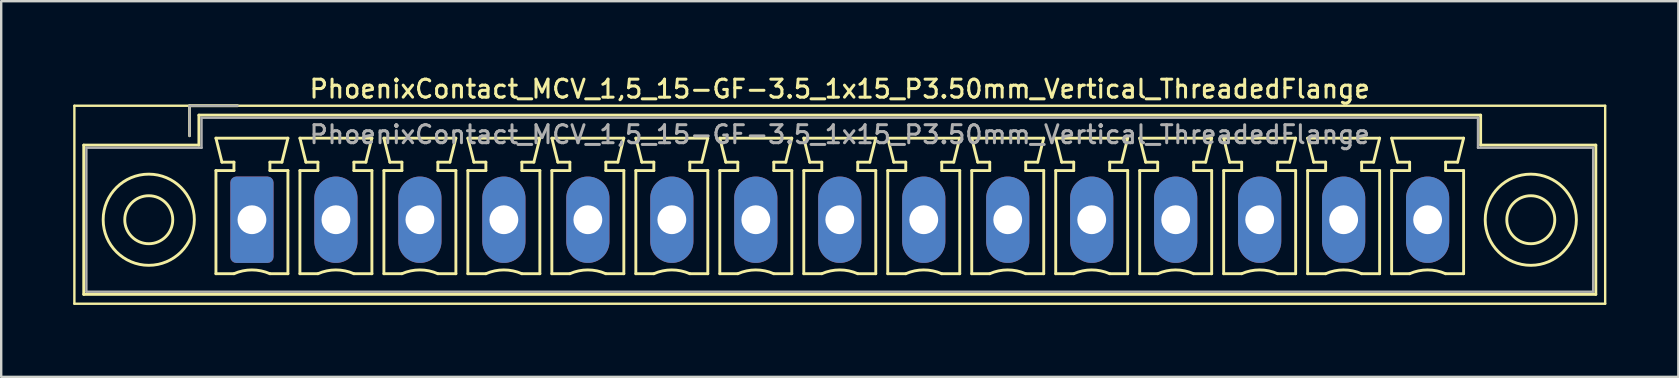
<source format=kicad_pcb>
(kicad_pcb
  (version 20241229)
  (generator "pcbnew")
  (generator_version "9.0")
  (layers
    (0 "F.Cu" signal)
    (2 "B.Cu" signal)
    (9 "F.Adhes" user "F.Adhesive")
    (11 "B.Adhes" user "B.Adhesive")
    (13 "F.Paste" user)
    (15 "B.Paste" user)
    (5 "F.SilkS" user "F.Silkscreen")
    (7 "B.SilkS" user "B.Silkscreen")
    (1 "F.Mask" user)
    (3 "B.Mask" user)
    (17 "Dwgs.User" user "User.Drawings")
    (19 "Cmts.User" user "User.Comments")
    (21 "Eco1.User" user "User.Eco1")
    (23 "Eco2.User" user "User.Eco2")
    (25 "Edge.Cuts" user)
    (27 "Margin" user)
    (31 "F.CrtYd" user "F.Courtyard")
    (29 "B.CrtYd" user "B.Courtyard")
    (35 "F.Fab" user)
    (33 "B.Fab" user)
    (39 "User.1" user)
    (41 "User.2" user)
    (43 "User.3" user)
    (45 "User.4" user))
  (footprint "PhoenixContact_MCV_1,5_15-GF-3.5_1x15_P3.50mm_Vertical_ThreadedFlange"
    (layer "F.Cu")
    (at 7.45 6.108)
    (property "Reference" "PhoenixContact_MCV_1,5_15-GF-3.5_1x15_P3.50mm_Vertical_ThreadedFlange" (at 24.5 -5.45 0) (layer "F.SilkS") (effects (font (size 0.75 0.75) (thickness 0.125))))
    (attr through_hole)
    (fp_line (start -7.4 -4.75) (end -7.4 3.5) (stroke (width 0.1) (type solid)) (layer "F.SilkS"))
    (fp_line (start -7.4 3.5) (end 56.4 3.5) (stroke (width 0.1) (type solid)) (layer "F.SilkS"))
    (fp_line (start -7.01 -3.11) (end -7.01 3.11) (stroke (width 0.12) (type solid)) (layer "F.SilkS"))
    (fp_line (start -7.01 3.11) (end 56.01 3.11) (stroke (width 0.12) (type solid)) (layer "F.SilkS"))
    (fp_line (start -2.6 -4.75) (end -0.6 -4.75) (stroke (width 0.12) (type solid)) (layer "F.SilkS"))
    (fp_line (start -2.6 -3.5) (end -2.6 -4.75) (stroke (width 0.12) (type solid)) (layer "F.SilkS"))
    (fp_line (start -2.21 -4.36) (end -2.21 -3.11) (stroke (width 0.12) (type solid)) (layer "F.SilkS"))
    (fp_line (start -2.21 -3.11) (end -7.01 -3.11) (stroke (width 0.12) (type solid)) (layer "F.SilkS"))
    (fp_line (start -1.5 -3.4) (end 1.5 -3.4) (stroke (width 0.12) (type solid)) (layer "F.SilkS"))
    (fp_line (start -1.5 -2.05) (end -0.75 -2.05) (stroke (width 0.12) (type solid)) (layer "F.SilkS"))
    (fp_line (start -1.5 2.25) (end -1.5 -2.05) (stroke (width 0.12) (type solid)) (layer "F.SilkS"))
    (fp_line (start -1.25 -2.4) (end -1.5 -3.4) (stroke (width 0.12) (type solid)) (layer "F.SilkS"))
    (fp_line (start -0.75 -2.4) (end -1.25 -2.4) (stroke (width 0.12) (type solid)) (layer "F.SilkS"))
    (fp_line (start -0.75 -2.05) (end -0.75 -2.4) (stroke (width 0.12) (type solid)) (layer "F.SilkS"))
    (fp_line (start -0.75 2.25) (end -1.5 2.25) (stroke (width 0.12) (type solid)) (layer "F.SilkS"))
    (fp_line (start 0.75 -2.4) (end 0.75 -2.05) (stroke (width 0.12) (type solid)) (layer "F.SilkS"))
    (fp_line (start 0.75 -2.05) (end 1.5 -2.05) (stroke (width 0.12) (type solid)) (layer "F.SilkS"))
    (fp_line (start 1.25 -2.4) (end 0.75 -2.4) (stroke (width 0.12) (type solid)) (layer "F.SilkS"))
    (fp_line (start 1.5 -3.4) (end 1.25 -2.4) (stroke (width 0.12) (type solid)) (layer "F.SilkS"))
    (fp_line (start 1.5 -2.05) (end 1.5 2.25) (stroke (width 0.12) (type solid)) (layer "F.SilkS"))
    (fp_line (start 1.5 2.25) (end 0.75 2.25) (stroke (width 0.12) (type solid)) (layer "F.SilkS"))
    (fp_line (start 2 -3.4) (end 5 -3.4) (stroke (width 0.12) (type solid)) (layer "F.SilkS"))
    (fp_line (start 2 -2.05) (end 2.75 -2.05) (stroke (width 0.12) (type solid)) (layer "F.SilkS"))
    (fp_line (start 2 2.25) (end 2 -2.05) (stroke (width 0.12) (type solid)) (layer "F.SilkS"))
    (fp_line (start 2.25 -2.4) (end 2 -3.4) (stroke (width 0.12) (type solid)) (layer "F.SilkS"))
    (fp_line (start 2.75 -2.4) (end 2.25 -2.4) (stroke (width 0.12) (type solid)) (layer "F.SilkS"))
    (fp_line (start 2.75 -2.05) (end 2.75 -2.4) (stroke (width 0.12) (type solid)) (layer "F.SilkS"))
    (fp_line (start 2.75 2.25) (end 2 2.25) (stroke (width 0.12) (type solid)) (layer "F.SilkS"))
    (fp_line (start 4.25 -2.4) (end 4.25 -2.05) (stroke (width 0.12) (type solid)) (layer "F.SilkS"))
    (fp_line (start 4.25 -2.05) (end 5 -2.05) (stroke (width 0.12) (type solid)) (layer "F.SilkS"))
    (fp_line (start 4.75 -2.4) (end 4.25 -2.4) (stroke (width 0.12) (type solid)) (layer "F.SilkS"))
    (fp_line (start 5 -3.4) (end 4.75 -2.4) (stroke (width 0.12) (type solid)) (layer "F.SilkS"))
    (fp_line (start 5 -2.05) (end 5 2.25) (stroke (width 0.12) (type solid)) (layer "F.SilkS"))
    (fp_line (start 5 2.25) (end 4.25 2.25) (stroke (width 0.12) (type solid)) (layer "F.SilkS"))
    (fp_line (start 5.5 -3.4) (end 8.5 -3.4) (stroke (width 0.12) (type solid)) (layer "F.SilkS"))
    (fp_line (start 5.5 -2.05) (end 6.25 -2.05) (stroke (width 0.12) (type solid)) (layer "F.SilkS"))
    (fp_line (start 5.5 2.25) (end 5.5 -2.05) (stroke (width 0.12) (type solid)) (layer "F.SilkS"))
    (fp_line (start 5.75 -2.4) (end 5.5 -3.4) (stroke (width 0.12) (type solid)) (layer "F.SilkS"))
    (fp_line (start 6.25 -2.4) (end 5.75 -2.4) (stroke (width 0.12) (type solid)) (layer "F.SilkS"))
    (fp_line (start 6.25 -2.05) (end 6.25 -2.4) (stroke (width 0.12) (type solid)) (layer "F.SilkS"))
    (fp_line (start 6.25 2.25) (end 5.5 2.25) (stroke (width 0.12) (type solid)) (layer "F.SilkS"))
    (fp_line (start 7.75 -2.4) (end 7.75 -2.05) (stroke (width 0.12) (type solid)) (layer "F.SilkS"))
    (fp_line (start 7.75 -2.05) (end 8.5 -2.05) (stroke (width 0.12) (type solid)) (layer "F.SilkS"))
    (fp_line (start 8.25 -2.4) (end 7.75 -2.4) (stroke (width 0.12) (type solid)) (layer "F.SilkS"))
    (fp_line (start 8.5 -3.4) (end 8.25 -2.4) (stroke (width 0.12) (type solid)) (layer "F.SilkS"))
    (fp_line (start 8.5 -2.05) (end 8.5 2.25) (stroke (width 0.12) (type solid)) (layer "F.SilkS"))
    (fp_line (start 8.5 2.25) (end 7.75 2.25) (stroke (width 0.12) (type solid)) (layer "F.SilkS"))
    (fp_line (start 9 -3.4) (end 12 -3.4) (stroke (width 0.12) (type solid)) (layer "F.SilkS"))
    (fp_line (start 9 -2.05) (end 9.75 -2.05) (stroke (width 0.12) (type solid)) (layer "F.SilkS"))
    (fp_line (start 9 2.25) (end 9 -2.05) (stroke (width 0.12) (type solid)) (layer "F.SilkS"))
    (fp_line (start 9.25 -2.4) (end 9 -3.4) (stroke (width 0.12) (type solid)) (layer "F.SilkS"))
    (fp_line (start 9.75 -2.4) (end 9.25 -2.4) (stroke (width 0.12) (type solid)) (layer "F.SilkS"))
    (fp_line (start 9.75 -2.05) (end 9.75 -2.4) (stroke (width 0.12) (type solid)) (layer "F.SilkS"))
    (fp_line (start 9.75 2.25) (end 9 2.25) (stroke (width 0.12) (type solid)) (layer "F.SilkS"))
    (fp_line (start 11.25 -2.4) (end 11.25 -2.05) (stroke (width 0.12) (type solid)) (layer "F.SilkS"))
    (fp_line (start 11.25 -2.05) (end 12 -2.05) (stroke (width 0.12) (type solid)) (layer "F.SilkS"))
    (fp_line (start 11.75 -2.4) (end 11.25 -2.4) (stroke (width 0.12) (type solid)) (layer "F.SilkS"))
    (fp_line (start 12 -3.4) (end 11.75 -2.4) (stroke (width 0.12) (type solid)) (layer "F.SilkS"))
    (fp_line (start 12 -2.05) (end 12 2.25) (stroke (width 0.12) (type solid)) (layer "F.SilkS"))
    (fp_line (start 12 2.25) (end 11.25 2.25) (stroke (width 0.12) (type solid)) (layer "F.SilkS"))
    (fp_line (start 12.5 -3.4) (end 15.5 -3.4) (stroke (width 0.12) (type solid)) (layer "F.SilkS"))
    (fp_line (start 12.5 -2.05) (end 13.25 -2.05) (stroke (width 0.12) (type solid)) (layer "F.SilkS"))
    (fp_line (start 12.5 2.25) (end 12.5 -2.05) (stroke (width 0.12) (type solid)) (layer "F.SilkS"))
    (fp_line (start 12.75 -2.4) (end 12.5 -3.4) (stroke (width 0.12) (type solid)) (layer "F.SilkS"))
    (fp_line (start 13.25 -2.4) (end 12.75 -2.4) (stroke (width 0.12) (type solid)) (layer "F.SilkS"))
    (fp_line (start 13.25 -2.05) (end 13.25 -2.4) (stroke (width 0.12) (type solid)) (layer "F.SilkS"))
    (fp_line (start 13.25 2.25) (end 12.5 2.25) (stroke (width 0.12) (type solid)) (layer "F.SilkS"))
    (fp_line (start 14.75 -2.4) (end 14.75 -2.05) (stroke (width 0.12) (type solid)) (layer "F.SilkS"))
    (fp_line (start 14.75 -2.05) (end 15.5 -2.05) (stroke (width 0.12) (type solid)) (layer "F.SilkS"))
    (fp_line (start 15.25 -2.4) (end 14.75 -2.4) (stroke (width 0.12) (type solid)) (layer "F.SilkS"))
    (fp_line (start 15.5 -3.4) (end 15.25 -2.4) (stroke (width 0.12) (type solid)) (layer "F.SilkS"))
    (fp_line (start 15.5 -2.05) (end 15.5 2.25) (stroke (width 0.12) (type solid)) (layer "F.SilkS"))
    (fp_line (start 15.5 2.25) (end 14.75 2.25) (stroke (width 0.12) (type solid)) (layer "F.SilkS"))
    (fp_line (start 16 -3.4) (end 19 -3.4) (stroke (width 0.12) (type solid)) (layer "F.SilkS"))
    (fp_line (start 16 -2.05) (end 16.75 -2.05) (stroke (width 0.12) (type solid)) (layer "F.SilkS"))
    (fp_line (start 16 2.25) (end 16 -2.05) (stroke (width 0.12) (type solid)) (layer "F.SilkS"))
    (fp_line (start 16.25 -2.4) (end 16 -3.4) (stroke (width 0.12) (type solid)) (layer "F.SilkS"))
    (fp_line (start 16.75 -2.4) (end 16.25 -2.4) (stroke (width 0.12) (type solid)) (layer "F.SilkS"))
    (fp_line (start 16.75 -2.05) (end 16.75 -2.4) (stroke (width 0.12) (type solid)) (layer "F.SilkS"))
    (fp_line (start 16.75 2.25) (end 16 2.25) (stroke (width 0.12) (type solid)) (layer "F.SilkS"))
    (fp_line (start 18.25 -2.4) (end 18.25 -2.05) (stroke (width 0.12) (type solid)) (layer "F.SilkS"))
    (fp_line (start 18.25 -2.05) (end 19 -2.05) (stroke (width 0.12) (type solid)) (layer "F.SilkS"))
    (fp_line (start 18.75 -2.4) (end 18.25 -2.4) (stroke (width 0.12) (type solid)) (layer "F.SilkS"))
    (fp_line (start 19 -3.4) (end 18.75 -2.4) (stroke (width 0.12) (type solid)) (layer "F.SilkS"))
    (fp_line (start 19 -2.05) (end 19 2.25) (stroke (width 0.12) (type solid)) (layer "F.SilkS"))
    (fp_line (start 19 2.25) (end 18.25 2.25) (stroke (width 0.12) (type solid)) (layer "F.SilkS"))
    (fp_line (start 19.5 -3.4) (end 22.5 -3.4) (stroke (width 0.12) (type solid)) (layer "F.SilkS"))
    (fp_line (start 19.5 -2.05) (end 20.25 -2.05) (stroke (width 0.12) (type solid)) (layer "F.SilkS"))
    (fp_line (start 19.5 2.25) (end 19.5 -2.05) (stroke (width 0.12) (type solid)) (layer "F.SilkS"))
    (fp_line (start 19.75 -2.4) (end 19.5 -3.4) (stroke (width 0.12) (type solid)) (layer "F.SilkS"))
    (fp_line (start 20.25 -2.4) (end 19.75 -2.4) (stroke (width 0.12) (type solid)) (layer "F.SilkS"))
    (fp_line (start 20.25 -2.05) (end 20.25 -2.4) (stroke (width 0.12) (type solid)) (layer "F.SilkS"))
    (fp_line (start 20.25 2.25) (end 19.5 2.25) (stroke (width 0.12) (type solid)) (layer "F.SilkS"))
    (fp_line (start 21.75 -2.4) (end 21.75 -2.05) (stroke (width 0.12) (type solid)) (layer "F.SilkS"))
    (fp_line (start 21.75 -2.05) (end 22.5 -2.05) (stroke (width 0.12) (type solid)) (layer "F.SilkS"))
    (fp_line (start 22.25 -2.4) (end 21.75 -2.4) (stroke (width 0.12) (type solid)) (layer "F.SilkS"))
    (fp_line (start 22.5 -3.4) (end 22.25 -2.4) (stroke (width 0.12) (type solid)) (layer "F.SilkS"))
    (fp_line (start 22.5 -2.05) (end 22.5 2.25) (stroke (width 0.12) (type solid)) (layer "F.SilkS"))
    (fp_line (start 22.5 2.25) (end 21.75 2.25) (stroke (width 0.12) (type solid)) (layer "F.SilkS"))
    (fp_line (start 23 -3.4) (end 26 -3.4) (stroke (width 0.12) (type solid)) (layer "F.SilkS"))
    (fp_line (start 23 -2.05) (end 23.75 -2.05) (stroke (width 0.12) (type solid)) (layer "F.SilkS"))
    (fp_line (start 23 2.25) (end 23 -2.05) (stroke (width 0.12) (type solid)) (layer "F.SilkS"))
    (fp_line (start 23.25 -2.4) (end 23 -3.4) (stroke (width 0.12) (type solid)) (layer "F.SilkS"))
    (fp_line (start 23.75 -2.4) (end 23.25 -2.4) (stroke (width 0.12) (type solid)) (layer "F.SilkS"))
    (fp_line (start 23.75 -2.05) (end 23.75 -2.4) (stroke (width 0.12) (type solid)) (layer "F.SilkS"))
    (fp_line (start 23.75 2.25) (end 23 2.25) (stroke (width 0.12) (type solid)) (layer "F.SilkS"))
    (fp_line (start 25.25 -2.4) (end 25.25 -2.05) (stroke (width 0.12) (type solid)) (layer "F.SilkS"))
    (fp_line (start 25.25 -2.05) (end 26 -2.05) (stroke (width 0.12) (type solid)) (layer "F.SilkS"))
    (fp_line (start 25.75 -2.4) (end 25.25 -2.4) (stroke (width 0.12) (type solid)) (layer "F.SilkS"))
    (fp_line (start 26 -3.4) (end 25.75 -2.4) (stroke (width 0.12) (type solid)) (layer "F.SilkS"))
    (fp_line (start 26 -2.05) (end 26 2.25) (stroke (width 0.12) (type solid)) (layer "F.SilkS"))
    (fp_line (start 26 2.25) (end 25.25 2.25) (stroke (width 0.12) (type solid)) (layer "F.SilkS"))
    (fp_line (start 26.5 -3.4) (end 29.5 -3.4) (stroke (width 0.12) (type solid)) (layer "F.SilkS"))
    (fp_line (start 26.5 -2.05) (end 27.25 -2.05) (stroke (width 0.12) (type solid)) (layer "F.SilkS"))
    (fp_line (start 26.5 2.25) (end 26.5 -2.05) (stroke (width 0.12) (type solid)) (layer "F.SilkS"))
    (fp_line (start 26.75 -2.4) (end 26.5 -3.4) (stroke (width 0.12) (type solid)) (layer "F.SilkS"))
    (fp_line (start 27.25 -2.4) (end 26.75 -2.4) (stroke (width 0.12) (type solid)) (layer "F.SilkS"))
    (fp_line (start 27.25 -2.05) (end 27.25 -2.4) (stroke (width 0.12) (type solid)) (layer "F.SilkS"))
    (fp_line (start 27.25 2.25) (end 26.5 2.25) (stroke (width 0.12) (type solid)) (layer "F.SilkS"))
    (fp_line (start 28.75 -2.4) (end 28.75 -2.05) (stroke (width 0.12) (type solid)) (layer "F.SilkS"))
    (fp_line (start 28.75 -2.05) (end 29.5 -2.05) (stroke (width 0.12) (type solid)) (layer "F.SilkS"))
    (fp_line (start 29.25 -2.4) (end 28.75 -2.4) (stroke (width 0.12) (type solid)) (layer "F.SilkS"))
    (fp_line (start 29.5 -3.4) (end 29.25 -2.4) (stroke (width 0.12) (type solid)) (layer "F.SilkS"))
    (fp_line (start 29.5 -2.05) (end 29.5 2.25) (stroke (width 0.12) (type solid)) (layer "F.SilkS"))
    (fp_line (start 29.5 2.25) (end 28.75 2.25) (stroke (width 0.12) (type solid)) (layer "F.SilkS"))
    (fp_line (start 30 -3.4) (end 33 -3.4) (stroke (width 0.12) (type solid)) (layer "F.SilkS"))
    (fp_line (start 30 -2.05) (end 30.75 -2.05) (stroke (width 0.12) (type solid)) (layer "F.SilkS"))
    (fp_line (start 30 2.25) (end 30 -2.05) (stroke (width 0.12) (type solid)) (layer "F.SilkS"))
    (fp_line (start 30.25 -2.4) (end 30 -3.4) (stroke (width 0.12) (type solid)) (layer "F.SilkS"))
    (fp_line (start 30.75 -2.4) (end 30.25 -2.4) (stroke (width 0.12) (type solid)) (layer "F.SilkS"))
    (fp_line (start 30.75 -2.05) (end 30.75 -2.4) (stroke (width 0.12) (type solid)) (layer "F.SilkS"))
    (fp_line (start 30.75 2.25) (end 30 2.25) (stroke (width 0.12) (type solid)) (layer "F.SilkS"))
    (fp_line (start 32.25 -2.4) (end 32.25 -2.05) (stroke (width 0.12) (type solid)) (layer "F.SilkS"))
    (fp_line (start 32.25 -2.05) (end 33 -2.05) (stroke (width 0.12) (type solid)) (layer "F.SilkS"))
    (fp_line (start 32.75 -2.4) (end 32.25 -2.4) (stroke (width 0.12) (type solid)) (layer "F.SilkS"))
    (fp_line (start 33 -3.4) (end 32.75 -2.4) (stroke (width 0.12) (type solid)) (layer "F.SilkS"))
    (fp_line (start 33 -2.05) (end 33 2.25) (stroke (width 0.12) (type solid)) (layer "F.SilkS"))
    (fp_line (start 33 2.25) (end 32.25 2.25) (stroke (width 0.12) (type solid)) (layer "F.SilkS"))
    (fp_line (start 33.5 -3.4) (end 36.5 -3.4) (stroke (width 0.12) (type solid)) (layer "F.SilkS"))
    (fp_line (start 33.5 -2.05) (end 34.25 -2.05) (stroke (width 0.12) (type solid)) (layer "F.SilkS"))
    (fp_line (start 33.5 2.25) (end 33.5 -2.05) (stroke (width 0.12) (type solid)) (layer "F.SilkS"))
    (fp_line (start 33.75 -2.4) (end 33.5 -3.4) (stroke (width 0.12) (type solid)) (layer "F.SilkS"))
    (fp_line (start 34.25 -2.4) (end 33.75 -2.4) (stroke (width 0.12) (type solid)) (layer "F.SilkS"))
    (fp_line (start 34.25 -2.05) (end 34.25 -2.4) (stroke (width 0.12) (type solid)) (layer "F.SilkS"))
    (fp_line (start 34.25 2.25) (end 33.5 2.25) (stroke (width 0.12) (type solid)) (layer "F.SilkS"))
    (fp_line (start 35.75 -2.4) (end 35.75 -2.05) (stroke (width 0.12) (type solid)) (layer "F.SilkS"))
    (fp_line (start 35.75 -2.05) (end 36.5 -2.05) (stroke (width 0.12) (type solid)) (layer "F.SilkS"))
    (fp_line (start 36.25 -2.4) (end 35.75 -2.4) (stroke (width 0.12) (type solid)) (layer "F.SilkS"))
    (fp_line (start 36.5 -3.4) (end 36.25 -2.4) (stroke (width 0.12) (type solid)) (layer "F.SilkS"))
    (fp_line (start 36.5 -2.05) (end 36.5 2.25) (stroke (width 0.12) (type solid)) (layer "F.SilkS"))
    (fp_line (start 36.5 2.25) (end 35.75 2.25) (stroke (width 0.12) (type solid)) (layer "F.SilkS"))
    (fp_line (start 37 -3.4) (end 40 -3.4) (stroke (width 0.12) (type solid)) (layer "F.SilkS"))
    (fp_line (start 37 -2.05) (end 37.75 -2.05) (stroke (width 0.12) (type solid)) (layer "F.SilkS"))
    (fp_line (start 37 2.25) (end 37 -2.05) (stroke (width 0.12) (type solid)) (layer "F.SilkS"))
    (fp_line (start 37.25 -2.4) (end 37 -3.4) (stroke (width 0.12) (type solid)) (layer "F.SilkS"))
    (fp_line (start 37.75 -2.4) (end 37.25 -2.4) (stroke (width 0.12) (type solid)) (layer "F.SilkS"))
    (fp_line (start 37.75 -2.05) (end 37.75 -2.4) (stroke (width 0.12) (type solid)) (layer "F.SilkS"))
    (fp_line (start 37.75 2.25) (end 37 2.25) (stroke (width 0.12) (type solid)) (layer "F.SilkS"))
    (fp_line (start 39.25 -2.4) (end 39.25 -2.05) (stroke (width 0.12) (type solid)) (layer "F.SilkS"))
    (fp_line (start 39.25 -2.05) (end 40 -2.05) (stroke (width 0.12) (type solid)) (layer "F.SilkS"))
    (fp_line (start 39.75 -2.4) (end 39.25 -2.4) (stroke (width 0.12) (type solid)) (layer "F.SilkS"))
    (fp_line (start 40 -3.4) (end 39.75 -2.4) (stroke (width 0.12) (type solid)) (layer "F.SilkS"))
    (fp_line (start 40 -2.05) (end 40 2.25) (stroke (width 0.12) (type solid)) (layer "F.SilkS"))
    (fp_line (start 40 2.25) (end 39.25 2.25) (stroke (width 0.12) (type solid)) (layer "F.SilkS"))
    (fp_line (start 40.5 -3.4) (end 43.5 -3.4) (stroke (width 0.12) (type solid)) (layer "F.SilkS"))
    (fp_line (start 40.5 -2.05) (end 41.25 -2.05) (stroke (width 0.12) (type solid)) (layer "F.SilkS"))
    (fp_line (start 40.5 2.25) (end 40.5 -2.05) (stroke (width 0.12) (type solid)) (layer "F.SilkS"))
    (fp_line (start 40.75 -2.4) (end 40.5 -3.4) (stroke (width 0.12) (type solid)) (layer "F.SilkS"))
    (fp_line (start 41.25 -2.4) (end 40.75 -2.4) (stroke (width 0.12) (type solid)) (layer "F.SilkS"))
    (fp_line (start 41.25 -2.05) (end 41.25 -2.4) (stroke (width 0.12) (type solid)) (layer "F.SilkS"))
    (fp_line (start 41.25 2.25) (end 40.5 2.25) (stroke (width 0.12) (type solid)) (layer "F.SilkS"))
    (fp_line (start 42.75 -2.4) (end 42.75 -2.05) (stroke (width 0.12) (type solid)) (layer "F.SilkS"))
    (fp_line (start 42.75 -2.05) (end 43.5 -2.05) (stroke (width 0.12) (type solid)) (layer "F.SilkS"))
    (fp_line (start 43.25 -2.4) (end 42.75 -2.4) (stroke (width 0.12) (type solid)) (layer "F.SilkS"))
    (fp_line (start 43.5 -3.4) (end 43.25 -2.4) (stroke (width 0.12) (type solid)) (layer "F.SilkS"))
    (fp_line (start 43.5 -2.05) (end 43.5 2.25) (stroke (width 0.12) (type solid)) (layer "F.SilkS"))
    (fp_line (start 43.5 2.25) (end 42.75 2.25) (stroke (width 0.12) (type solid)) (layer "F.SilkS"))
    (fp_line (start 44 -3.4) (end 47 -3.4) (stroke (width 0.12) (type solid)) (layer "F.SilkS"))
    (fp_line (start 44 -2.05) (end 44.75 -2.05) (stroke (width 0.12) (type solid)) (layer "F.SilkS"))
    (fp_line (start 44 2.25) (end 44 -2.05) (stroke (width 0.12) (type solid)) (layer "F.SilkS"))
    (fp_line (start 44.25 -2.4) (end 44 -3.4) (stroke (width 0.12) (type solid)) (layer "F.SilkS"))
    (fp_line (start 44.75 -2.4) (end 44.25 -2.4) (stroke (width 0.12) (type solid)) (layer "F.SilkS"))
    (fp_line (start 44.75 -2.05) (end 44.75 -2.4) (stroke (width 0.12) (type solid)) (layer "F.SilkS"))
    (fp_line (start 44.75 2.25) (end 44 2.25) (stroke (width 0.12) (type solid)) (layer "F.SilkS"))
    (fp_line (start 46.25 -2.4) (end 46.25 -2.05) (stroke (width 0.12) (type solid)) (layer "F.SilkS"))
    (fp_line (start 46.25 -2.05) (end 47 -2.05) (stroke (width 0.12) (type solid)) (layer "F.SilkS"))
    (fp_line (start 46.75 -2.4) (end 46.25 -2.4) (stroke (width 0.12) (type solid)) (layer "F.SilkS"))
    (fp_line (start 47 -3.4) (end 46.75 -2.4) (stroke (width 0.12) (type solid)) (layer "F.SilkS"))
    (fp_line (start 47 -2.05) (end 47 2.25) (stroke (width 0.12) (type solid)) (layer "F.SilkS"))
    (fp_line (start 47 2.25) (end 46.25 2.25) (stroke (width 0.12) (type solid)) (layer "F.SilkS"))
    (fp_line (start 47.5 -3.4) (end 50.5 -3.4) (stroke (width 0.12) (type solid)) (layer "F.SilkS"))
    (fp_line (start 47.5 -2.05) (end 48.25 -2.05) (stroke (width 0.12) (type solid)) (layer "F.SilkS"))
    (fp_line (start 47.5 2.25) (end 47.5 -2.05) (stroke (width 0.12) (type solid)) (layer "F.SilkS"))
    (fp_line (start 47.75 -2.4) (end 47.5 -3.4) (stroke (width 0.12) (type solid)) (layer "F.SilkS"))
    (fp_line (start 48.25 -2.4) (end 47.75 -2.4) (stroke (width 0.12) (type solid)) (layer "F.SilkS"))
    (fp_line (start 48.25 -2.05) (end 48.25 -2.4) (stroke (width 0.12) (type solid)) (layer "F.SilkS"))
    (fp_line (start 48.25 2.25) (end 47.5 2.25) (stroke (width 0.12) (type solid)) (layer "F.SilkS"))
    (fp_line (start 49.75 -2.4) (end 49.75 -2.05) (stroke (width 0.12) (type solid)) (layer "F.SilkS"))
    (fp_line (start 49.75 -2.05) (end 50.5 -2.05) (stroke (width 0.12) (type solid)) (layer "F.SilkS"))
    (fp_line (start 50.25 -2.4) (end 49.75 -2.4) (stroke (width 0.12) (type solid)) (layer "F.SilkS"))
    (fp_line (start 50.5 -3.4) (end 50.25 -2.4) (stroke (width 0.12) (type solid)) (layer "F.SilkS"))
    (fp_line (start 50.5 -2.05) (end 50.5 2.25) (stroke (width 0.12) (type solid)) (layer "F.SilkS"))
    (fp_line (start 50.5 2.25) (end 49.75 2.25) (stroke (width 0.12) (type solid)) (layer "F.SilkS"))
    (fp_line (start 51.21 -4.36) (end -2.21 -4.36) (stroke (width 0.12) (type solid)) (layer "F.SilkS"))
    (fp_line (start 51.21 -3.11) (end 51.21 -4.36) (stroke (width 0.12) (type solid)) (layer "F.SilkS"))
    (fp_line (start 56.01 -3.11) (end 51.21 -3.11) (stroke (width 0.12) (type solid)) (layer "F.SilkS"))
    (fp_line (start 56.01 3.11) (end 56.01 -3.11) (stroke (width 0.12) (type solid)) (layer "F.SilkS"))
    (fp_line (start 56.4 -4.75) (end -7.4 -4.75) (stroke (width 0.1) (type solid)) (layer "F.SilkS"))
    (fp_line (start 56.4 3.5) (end 56.4 -4.75) (stroke (width 0.1) (type solid)) (layer "F.SilkS"))
    (fp_arc (start -0.75 2.25) (mid -0.000193 2.09191) (end 0.749647 2.249844) (stroke (width 0.12) (type solid)) (layer "F.SilkS"))
    (fp_arc (start 2.75 2.25) (mid 3.499807 2.09191) (end 4.249647 2.249844) (stroke (width 0.12) (type solid)) (layer "F.SilkS"))
    (fp_arc (start 6.25 2.25) (mid 6.999807 2.09191) (end 7.749647 2.249844) (stroke (width 0.12) (type solid)) (layer "F.SilkS"))
    (fp_arc (start 9.75 2.25) (mid 10.499807 2.09191) (end 11.249647 2.249844) (stroke (width 0.12) (type solid)) (layer "F.SilkS"))
    (fp_arc (start 13.25 2.25) (mid 13.999807 2.09191) (end 14.749647 2.249844) (stroke (width 0.12) (type solid)) (layer "F.SilkS"))
    (fp_arc (start 16.75 2.25) (mid 17.499807 2.09191) (end 18.249647 2.249844) (stroke (width 0.12) (type solid)) (layer "F.SilkS"))
    (fp_arc (start 20.25 2.25) (mid 20.999807 2.09191) (end 21.749647 2.249844) (stroke (width 0.12) (type solid)) (layer "F.SilkS"))
    (fp_arc (start 23.75 2.25) (mid 24.499807 2.09191) (end 25.249647 2.249844) (stroke (width 0.12) (type solid)) (layer "F.SilkS"))
    (fp_arc (start 27.25 2.25) (mid 27.999807 2.09191) (end 28.749647 2.249844) (stroke (width 0.12) (type solid)) (layer "F.SilkS"))
    (fp_arc (start 30.75 2.25) (mid 31.499807 2.09191) (end 32.249647 2.249844) (stroke (width 0.12) (type solid)) (layer "F.SilkS"))
    (fp_arc (start 34.25 2.25) (mid 34.999807 2.09191) (end 35.749647 2.249844) (stroke (width 0.12) (type solid)) (layer "F.SilkS"))
    (fp_arc (start 37.75 2.25) (mid 38.499807 2.09191) (end 39.249647 2.249844) (stroke (width 0.12) (type solid)) (layer "F.SilkS"))
    (fp_arc (start 41.25 2.25) (mid 41.999807 2.09191) (end 42.749647 2.249844) (stroke (width 0.12) (type solid)) (layer "F.SilkS"))
    (fp_arc (start 44.75 2.25) (mid 45.499807 2.09191) (end 46.249647 2.249844) (stroke (width 0.12) (type solid)) (layer "F.SilkS"))
    (fp_arc (start 48.25 2.25) (mid 48.999807 2.09191) (end 49.749647 2.249844) (stroke (width 0.12) (type solid)) (layer "F.SilkS"))
    (fp_circle (center -4.3 0) (end -3.3 0) (stroke (width 0.12) (type solid)) (fill no) (layer "F.SilkS"))
    (fp_circle (center -4.3 0) (end -2.4 0) (stroke (width 0.12) (type solid)) (fill no) (layer "F.SilkS"))
    (fp_circle (center 53.3 0) (end 54.3 0) (stroke (width 0.12) (type solid)) (fill no) (layer "F.SilkS"))
    (fp_circle (center 53.3 0) (end 55.2 0) (stroke (width 0.12) (type solid)) (fill no) (layer "F.SilkS"))
    (fp_line (start -6.9 -3) (end -6.9 3) (stroke (width 0.1) (type solid)) (layer "F.Fab"))
    (fp_line (start -6.9 3) (end 55.9 3) (stroke (width 0.1) (type solid)) (layer "F.Fab"))
    (fp_line (start -2.6 -4.75) (end -0.6 -4.75) (stroke (width 0.1) (type solid)) (layer "F.Fab"))
    (fp_line (start -2.6 -3.5) (end -2.6 -4.75) (stroke (width 0.1) (type solid)) (layer "F.Fab"))
    (fp_line (start -2.1 -4.25) (end -2.1 -3) (stroke (width 0.1) (type solid)) (layer "F.Fab"))
    (fp_line (start -2.1 -3) (end -6.9 -3) (stroke (width 0.1) (type solid)) (layer "F.Fab"))
    (fp_line (start 51.1 -4.25) (end -2.1 -4.25) (stroke (width 0.1) (type solid)) (layer "F.Fab"))
    (fp_line (start 51.1 -3) (end 51.1 -4.25) (stroke (width 0.1) (type solid)) (layer "F.Fab"))
    (fp_line (start 55.9 -3) (end 51.1 -3) (stroke (width 0.1) (type solid)) (layer "F.Fab"))
    (fp_line (start 55.9 3) (end 55.9 -3) (stroke (width 0.1) (type solid)) (layer "F.Fab"))
    (fp_text user "${REFERENCE}" (at 24.5 -3.55 0) (layer "F.Fab") (effects (font (size 0.75 0.75) (thickness 0.125))))
    (pad "1" thru_hole roundrect (at 0 0) (size 1.8 3.6) (drill 1.2) (layers "*.Cu" "*.Mask") (roundrect_rratio 0.139))
    (pad "2" thru_hole oval (at 3.5 0) (size 1.8 3.6) (drill 1.2) (layers "*.Cu" "*.Mask"))
    (pad "3" thru_hole oval (at 7 0) (size 1.8 3.6) (drill 1.2) (layers "*.Cu" "*.Mask"))
    (pad "4" thru_hole oval (at 10.5 0) (size 1.8 3.6) (drill 1.2) (layers "*.Cu" "*.Mask"))
    (pad "5" thru_hole oval (at 14 0) (size 1.8 3.6) (drill 1.2) (layers "*.Cu" "*.Mask"))
    (pad "6" thru_hole oval (at 17.5 0) (size 1.8 3.6) (drill 1.2) (layers "*.Cu" "*.Mask"))
    (pad "7" thru_hole oval (at 21 0) (size 1.8 3.6) (drill 1.2) (layers "*.Cu" "*.Mask"))
    (pad "8" thru_hole oval (at 24.5 0) (size 1.8 3.6) (drill 1.2) (layers "*.Cu" "*.Mask"))
    (pad "9" thru_hole oval (at 28 0) (size 1.8 3.6) (drill 1.2) (layers "*.Cu" "*.Mask"))
    (pad "10" thru_hole oval (at 31.5 0) (size 1.8 3.6) (drill 1.2) (layers "*.Cu" "*.Mask"))
    (pad "11" thru_hole oval (at 35 0) (size 1.8 3.6) (drill 1.2) (layers "*.Cu" "*.Mask"))
    (pad "12" thru_hole oval (at 38.5 0) (size 1.8 3.6) (drill 1.2) (layers "*.Cu" "*.Mask"))
    (pad "13" thru_hole oval (at 42 0) (size 1.8 3.6) (drill 1.2) (layers "*.Cu" "*.Mask"))
    (pad "14" thru_hole oval (at 45.5 0) (size 1.8 3.6) (drill 1.2) (layers "*.Cu" "*.Mask"))
    (pad "15" thru_hole oval (at 49 0) (size 1.8 3.6) (drill 1.2) (layers "*.Cu" "*.Mask")))
  (gr_rect
    (start -3 -3)
    (end 66.9 12.658)
    (stroke (width 0.1) (type default))
    (fill no)
    (layer "Edge.Cuts")))
</source>
